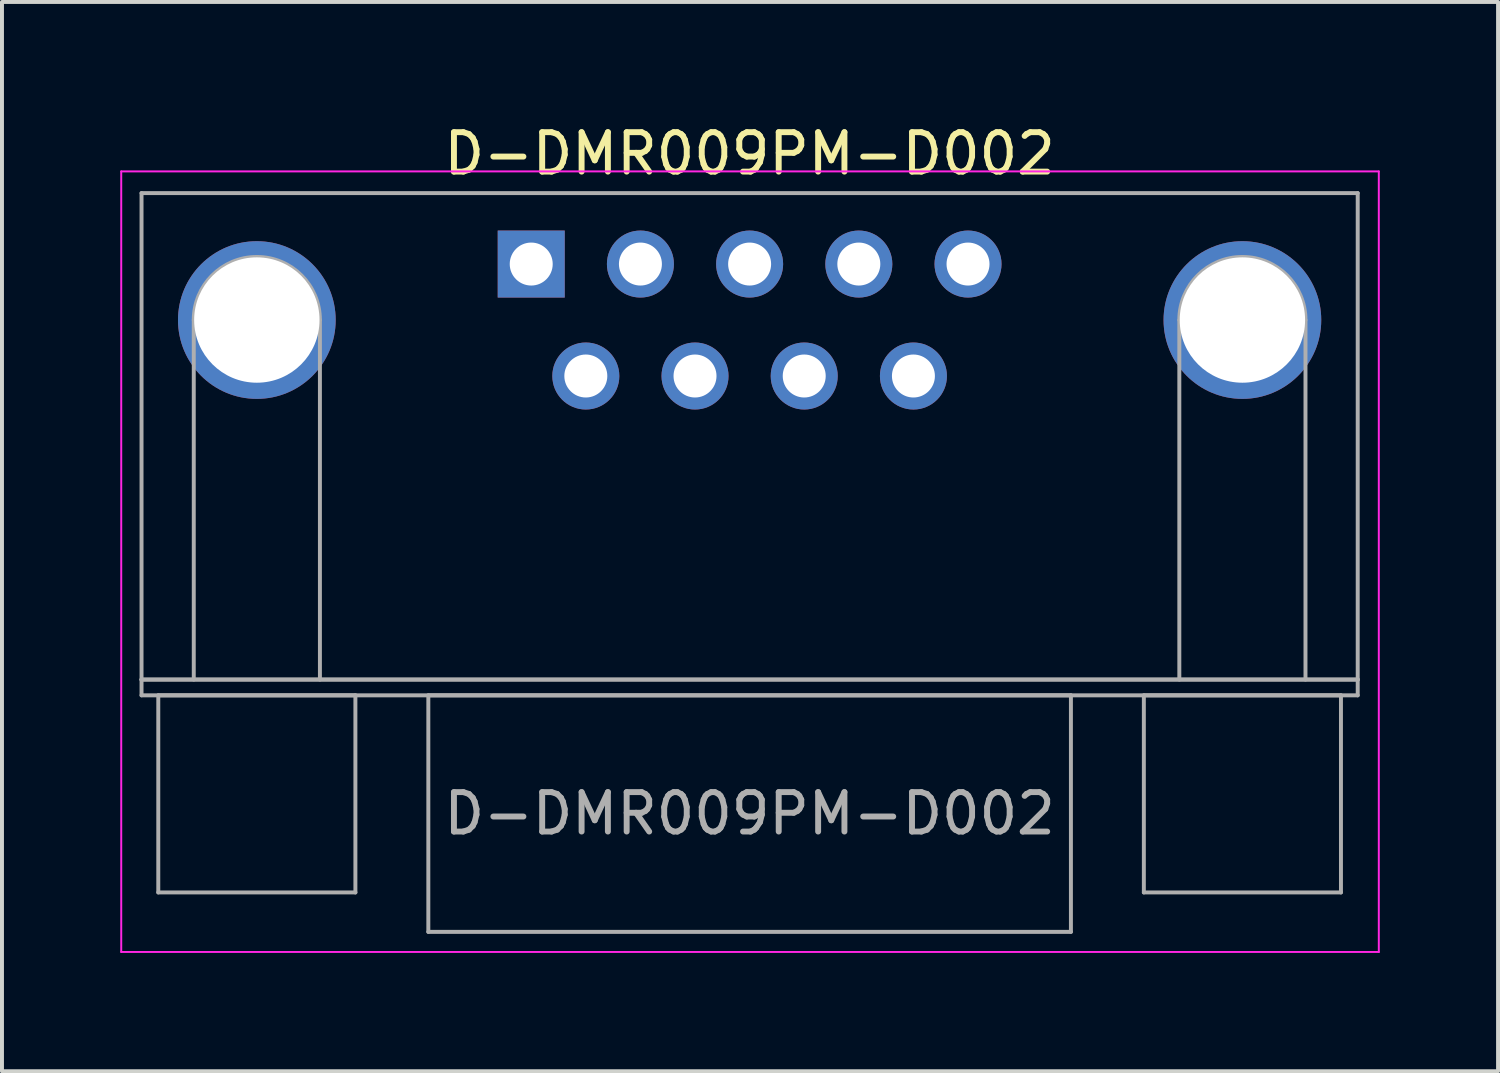
<source format=kicad_pcb>
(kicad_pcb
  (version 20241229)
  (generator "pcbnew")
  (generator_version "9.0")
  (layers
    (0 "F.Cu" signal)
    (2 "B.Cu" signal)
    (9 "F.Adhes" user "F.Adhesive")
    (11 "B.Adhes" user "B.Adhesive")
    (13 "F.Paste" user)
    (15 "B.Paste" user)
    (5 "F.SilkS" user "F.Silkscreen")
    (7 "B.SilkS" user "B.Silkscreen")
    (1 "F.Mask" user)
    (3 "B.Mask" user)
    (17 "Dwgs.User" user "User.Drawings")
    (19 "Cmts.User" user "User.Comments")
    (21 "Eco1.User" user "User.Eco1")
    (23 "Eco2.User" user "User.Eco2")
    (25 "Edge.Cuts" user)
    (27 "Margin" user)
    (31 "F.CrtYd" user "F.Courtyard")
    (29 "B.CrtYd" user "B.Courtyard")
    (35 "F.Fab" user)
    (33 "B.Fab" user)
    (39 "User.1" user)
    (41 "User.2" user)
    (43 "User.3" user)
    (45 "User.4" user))
  (footprint "D-DMR009PM-D002"
    (layer "F.Cu")
    (at 10.425 3.648)
    (property "Reference" "D-DMR009PM-D002" (at 5.54 -2.8 0) (layer "F.SilkS") (effects (font (size 1 1) (thickness 0.15))))
    (attr through_hole)
    (fp_line (start -10.4 -2.35) (end -10.4 17.45) (stroke (width 0.05) (type solid)) (layer "F.CrtYd"))
    (fp_line (start -10.4 17.45) (end 21.5 17.45) (stroke (width 0.05) (type solid)) (layer "F.CrtYd"))
    (fp_line (start 21.5 -2.35) (end -10.4 -2.35) (stroke (width 0.05) (type solid)) (layer "F.CrtYd"))
    (fp_line (start 21.5 17.45) (end 21.5 -2.35) (stroke (width 0.05) (type solid)) (layer "F.CrtYd"))
    (fp_line (start -9.885 -1.8) (end -9.885 10.54) (stroke (width 0.1) (type solid)) (layer "F.Fab"))
    (fp_line (start -9.885 10.54) (end -9.885 10.94) (stroke (width 0.1) (type solid)) (layer "F.Fab"))
    (fp_line (start -9.885 10.54) (end 20.965 10.54) (stroke (width 0.1) (type solid)) (layer "F.Fab"))
    (fp_line (start -9.885 10.94) (end 20.965 10.94) (stroke (width 0.1) (type solid)) (layer "F.Fab"))
    (fp_line (start -9.46 10.94) (end -9.46 15.94) (stroke (width 0.1) (type solid)) (layer "F.Fab"))
    (fp_line (start -9.46 15.94) (end -4.46 15.94) (stroke (width 0.1) (type solid)) (layer "F.Fab"))
    (fp_line (start -8.56 10.54) (end -8.56 1.42) (stroke (width 0.1) (type solid)) (layer "F.Fab"))
    (fp_line (start -5.36 10.54) (end -5.36 1.42) (stroke (width 0.1) (type solid)) (layer "F.Fab"))
    (fp_line (start -4.46 10.94) (end -9.46 10.94) (stroke (width 0.1) (type solid)) (layer "F.Fab"))
    (fp_line (start -4.46 15.94) (end -4.46 10.94) (stroke (width 0.1) (type solid)) (layer "F.Fab"))
    (fp_line (start -2.61 10.94) (end -2.61 16.94) (stroke (width 0.1) (type solid)) (layer "F.Fab"))
    (fp_line (start -2.61 16.94) (end 13.69 16.94) (stroke (width 0.1) (type solid)) (layer "F.Fab"))
    (fp_line (start 13.69 10.94) (end -2.61 10.94) (stroke (width 0.1) (type solid)) (layer "F.Fab"))
    (fp_line (start 13.69 16.94) (end 13.69 10.94) (stroke (width 0.1) (type solid)) (layer "F.Fab"))
    (fp_line (start 15.54 10.94) (end 15.54 15.94) (stroke (width 0.1) (type solid)) (layer "F.Fab"))
    (fp_line (start 15.54 15.94) (end 20.54 15.94) (stroke (width 0.1) (type solid)) (layer "F.Fab"))
    (fp_line (start 16.44 10.54) (end 16.44 1.42) (stroke (width 0.1) (type solid)) (layer "F.Fab"))
    (fp_line (start 19.64 10.54) (end 19.64 1.42) (stroke (width 0.1) (type solid)) (layer "F.Fab"))
    (fp_line (start 20.54 10.94) (end 15.54 10.94) (stroke (width 0.1) (type solid)) (layer "F.Fab"))
    (fp_line (start 20.54 15.94) (end 20.54 10.94) (stroke (width 0.1) (type solid)) (layer "F.Fab"))
    (fp_line (start 20.965 -1.8) (end -9.885 -1.8) (stroke (width 0.1) (type solid)) (layer "F.Fab"))
    (fp_line (start 20.965 10.54) (end -9.885 10.54) (stroke (width 0.1) (type solid)) (layer "F.Fab"))
    (fp_line (start 20.965 10.54) (end 20.965 -1.8) (stroke (width 0.1) (type solid)) (layer "F.Fab"))
    (fp_line (start 20.965 10.94) (end 20.965 10.54) (stroke (width 0.1) (type solid)) (layer "F.Fab"))
    (fp_arc (start -8.56 1.42) (mid -6.96 -0.18) (end -5.36 1.42) (stroke (width 0.1) (type solid)) (layer "F.Fab"))
    (fp_arc (start 16.44 1.42) (mid 18.04 -0.18) (end 19.64 1.42) (stroke (width 0.1) (type solid)) (layer "F.Fab"))
    (fp_text user "${REFERENCE}" (at 5.54 13.94 0) (layer "F.Fab") (effects (font (size 1 1) (thickness 0.15))))
    (pad "0" thru_hole circle (at -6.96 1.42) (size 4 4) (drill 3.18) (layers "*.Cu" "*.Mask"))
    (pad "0" thru_hole circle (at 18.04 1.42) (size 4 4) (drill 3.18) (layers "*.Cu" "*.Mask"))
    (pad "1" thru_hole rect (at 0 0) (size 1.7 1.7) (drill 1.09) (layers "*.Cu" "*.Mask"))
    (pad "2" thru_hole circle (at 2.77 0) (size 1.7 1.7) (drill 1.09) (layers "*.Cu" "*.Mask"))
    (pad "3" thru_hole circle (at 5.54 0) (size 1.7 1.7) (drill 1.09) (layers "*.Cu" "*.Mask"))
    (pad "4" thru_hole circle (at 8.31 0) (size 1.7 1.7) (drill 1.09) (layers "*.Cu" "*.Mask"))
    (pad "5" thru_hole circle (at 11.08 0) (size 1.7 1.7) (drill 1.09) (layers "*.Cu" "*.Mask"))
    (pad "6" thru_hole circle (at 1.385 2.84) (size 1.7 1.7) (drill 1.09) (layers "*.Cu" "*.Mask"))
    (pad "7" thru_hole circle (at 4.155 2.84) (size 1.7 1.7) (drill 1.09) (layers "*.Cu" "*.Mask"))
    (pad "8" thru_hole circle (at 6.925 2.84) (size 1.7 1.7) (drill 1.09) (layers "*.Cu" "*.Mask"))
    (pad "9" thru_hole circle (at 9.695 2.84) (size 1.7 1.7) (drill 1.09) (layers "*.Cu" "*.Mask")))
  (gr_rect
    (start -3 -3)
    (end 34.95 24.123)
    (stroke (width 0.1) (type default))
    (fill no)
    (layer "Edge.Cuts")))
</source>
